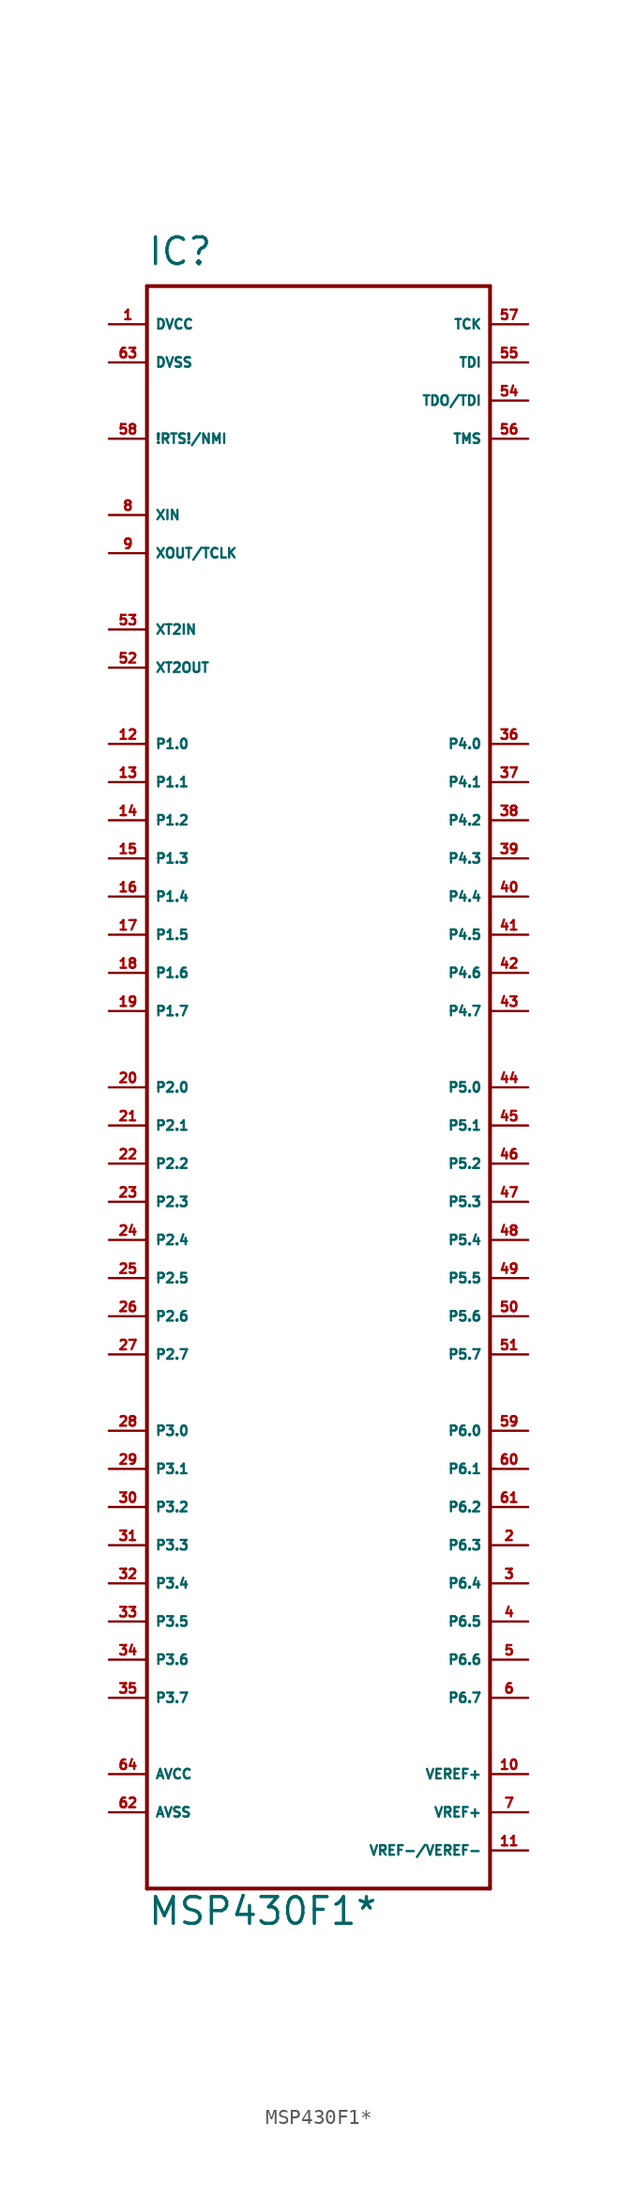
<source format=kicad_sym>
(kicad_symbol_lib
  (version 20220914)
  (generator Eagle2Kicad)
  (symbol "MSP430F1*"
    (property "Reference" "IC"
      (at -12.7 54.61 0)
      (effects (font (size 1.778 1.778) (thickness 0.22)) (justify left bottom)))
    (property "Value" "MSP430F1*"
      (at -12.7 -55.88 0)
      (effects (font (size 1.778 1.778) (thickness 0.22)) (justify left bottom)))
    (polyline
      (pts (xy -12.7 53.34) (xy 10.16 53.34))
      (stroke (width 0.254) (type default))
      (fill (type none)))
    (polyline
      (pts (xy 10.16 53.34) (xy 10.16 -53.34))
      (stroke (width 0.254) (type default))
      (fill (type none)))
    (polyline
      (pts (xy 10.16 -53.34) (xy -12.7 -53.34))
      (stroke (width 0.254) (type default))
      (fill (type none)))
    (polyline
      (pts (xy -12.7 -53.34) (xy -12.7 53.34))
      (stroke (width 0.254) (type default))
      (fill (type none)))
    (pin unspecified line
      (at -15.24 -45.72 0)
      (length 2.54)
      (name "AVCC" (effects (font (size 0.635 0.635) (thickness 0.08)) (justify left bottom)))
      (number "64" (effects (font (size 0.635 0.635) (thickness 0.08)) (justify left bottom))))
    (pin unspecified line
      (at -15.24 -48.26 0)
      (length 2.54)
      (name "AVSS" (effects (font (size 0.635 0.635) (thickness 0.08)) (justify left bottom)))
      (number "62" (effects (font (size 0.635 0.635) (thickness 0.08)) (justify left bottom))))
    (pin unspecified line
      (at -15.24 50.8 0)
      (length 2.54)
      (name "DVCC" (effects (font (size 0.635 0.635) (thickness 0.08)) (justify left bottom)))
      (number "1" (effects (font (size 0.635 0.635) (thickness 0.08)) (justify left bottom))))
    (pin unspecified line
      (at -15.24 48.26 0)
      (length 2.54)
      (name "DVSS" (effects (font (size 0.635 0.635) (thickness 0.08)) (justify left bottom)))
      (number "63" (effects (font (size 0.635 0.635) (thickness 0.08)) (justify left bottom))))
    (pin bidirectional line
      (at -15.24 22.86 0)
      (length 2.54)
      (name "P1.0" (effects (font (size 0.635 0.635) (thickness 0.08)) (justify left bottom)))
      (number "12" (effects (font (size 0.635 0.635) (thickness 0.08)) (justify left bottom))))
    (pin bidirectional line
      (at -15.24 20.32 0)
      (length 2.54)
      (name "P1.1" (effects (font (size 0.635 0.635) (thickness 0.08)) (justify left bottom)))
      (number "13" (effects (font (size 0.635 0.635) (thickness 0.08)) (justify left bottom))))
    (pin bidirectional line
      (at -15.24 17.78 0)
      (length 2.54)
      (name "P1.2" (effects (font (size 0.635 0.635) (thickness 0.08)) (justify left bottom)))
      (number "14" (effects (font (size 0.635 0.635) (thickness 0.08)) (justify left bottom))))
    (pin bidirectional line
      (at -15.24 15.24 0)
      (length 2.54)
      (name "P1.3" (effects (font (size 0.635 0.635) (thickness 0.08)) (justify left bottom)))
      (number "15" (effects (font (size 0.635 0.635) (thickness 0.08)) (justify left bottom))))
    (pin bidirectional line
      (at -15.24 12.7 0)
      (length 2.54)
      (name "P1.4" (effects (font (size 0.635 0.635) (thickness 0.08)) (justify left bottom)))
      (number "16" (effects (font (size 0.635 0.635) (thickness 0.08)) (justify left bottom))))
    (pin bidirectional line
      (at -15.24 10.16 0)
      (length 2.54)
      (name "P1.5" (effects (font (size 0.635 0.635) (thickness 0.08)) (justify left bottom)))
      (number "17" (effects (font (size 0.635 0.635) (thickness 0.08)) (justify left bottom))))
    (pin bidirectional line
      (at -15.24 7.62 0)
      (length 2.54)
      (name "P1.6" (effects (font (size 0.635 0.635) (thickness 0.08)) (justify left bottom)))
      (number "18" (effects (font (size 0.635 0.635) (thickness 0.08)) (justify left bottom))))
    (pin bidirectional line
      (at -15.24 5.08 0)
      (length 2.54)
      (name "P1.7" (effects (font (size 0.635 0.635) (thickness 0.08)) (justify left bottom)))
      (number "19" (effects (font (size 0.635 0.635) (thickness 0.08)) (justify left bottom))))
    (pin bidirectional line
      (at -15.24 0 0)
      (length 2.54)
      (name "P2.0" (effects (font (size 0.635 0.635) (thickness 0.08)) (justify left bottom)))
      (number "20" (effects (font (size 0.635 0.635) (thickness 0.08)) (justify left bottom))))
    (pin bidirectional line
      (at -15.24 -2.54 0)
      (length 2.54)
      (name "P2.1" (effects (font (size 0.635 0.635) (thickness 0.08)) (justify left bottom)))
      (number "21" (effects (font (size 0.635 0.635) (thickness 0.08)) (justify left bottom))))
    (pin bidirectional line
      (at -15.24 -5.08 0)
      (length 2.54)
      (name "P2.2" (effects (font (size 0.635 0.635) (thickness 0.08)) (justify left bottom)))
      (number "22" (effects (font (size 0.635 0.635) (thickness 0.08)) (justify left bottom))))
    (pin bidirectional line
      (at -15.24 -7.62 0)
      (length 2.54)
      (name "P2.3" (effects (font (size 0.635 0.635) (thickness 0.08)) (justify left bottom)))
      (number "23" (effects (font (size 0.635 0.635) (thickness 0.08)) (justify left bottom))))
    (pin bidirectional line
      (at -15.24 -10.16 0)
      (length 2.54)
      (name "P2.4" (effects (font (size 0.635 0.635) (thickness 0.08)) (justify left bottom)))
      (number "24" (effects (font (size 0.635 0.635) (thickness 0.08)) (justify left bottom))))
    (pin bidirectional line
      (at -15.24 -12.7 0)
      (length 2.54)
      (name "P2.5" (effects (font (size 0.635 0.635) (thickness 0.08)) (justify left bottom)))
      (number "25" (effects (font (size 0.635 0.635) (thickness 0.08)) (justify left bottom))))
    (pin bidirectional line
      (at -15.24 -15.24 0)
      (length 2.54)
      (name "P2.6" (effects (font (size 0.635 0.635) (thickness 0.08)) (justify left bottom)))
      (number "26" (effects (font (size 0.635 0.635) (thickness 0.08)) (justify left bottom))))
    (pin bidirectional line
      (at -15.24 -17.78 0)
      (length 2.54)
      (name "P2.7" (effects (font (size 0.635 0.635) (thickness 0.08)) (justify left bottom)))
      (number "27" (effects (font (size 0.635 0.635) (thickness 0.08)) (justify left bottom))))
    (pin bidirectional line
      (at -15.24 -22.86 0)
      (length 2.54)
      (name "P3.0" (effects (font (size 0.635 0.635) (thickness 0.08)) (justify left bottom)))
      (number "28" (effects (font (size 0.635 0.635) (thickness 0.08)) (justify left bottom))))
    (pin bidirectional line
      (at -15.24 -25.4 0)
      (length 2.54)
      (name "P3.1" (effects (font (size 0.635 0.635) (thickness 0.08)) (justify left bottom)))
      (number "29" (effects (font (size 0.635 0.635) (thickness 0.08)) (justify left bottom))))
    (pin bidirectional line
      (at -15.24 -27.94 0)
      (length 2.54)
      (name "P3.2" (effects (font (size 0.635 0.635) (thickness 0.08)) (justify left bottom)))
      (number "30" (effects (font (size 0.635 0.635) (thickness 0.08)) (justify left bottom))))
    (pin bidirectional line
      (at -15.24 -30.48 0)
      (length 2.54)
      (name "P3.3" (effects (font (size 0.635 0.635) (thickness 0.08)) (justify left bottom)))
      (number "31" (effects (font (size 0.635 0.635) (thickness 0.08)) (justify left bottom))))
    (pin bidirectional line
      (at -15.24 -33.02 0)
      (length 2.54)
      (name "P3.4" (effects (font (size 0.635 0.635) (thickness 0.08)) (justify left bottom)))
      (number "32" (effects (font (size 0.635 0.635) (thickness 0.08)) (justify left bottom))))
    (pin bidirectional line
      (at -15.24 -35.56 0)
      (length 2.54)
      (name "P3.5" (effects (font (size 0.635 0.635) (thickness 0.08)) (justify left bottom)))
      (number "33" (effects (font (size 0.635 0.635) (thickness 0.08)) (justify left bottom))))
    (pin bidirectional line
      (at -15.24 -38.1 0)
      (length 2.54)
      (name "P3.6" (effects (font (size 0.635 0.635) (thickness 0.08)) (justify left bottom)))
      (number "34" (effects (font (size 0.635 0.635) (thickness 0.08)) (justify left bottom))))
    (pin bidirectional line
      (at -15.24 -40.64 0)
      (length 2.54)
      (name "P3.7" (effects (font (size 0.635 0.635) (thickness 0.08)) (justify left bottom)))
      (number "35" (effects (font (size 0.635 0.635) (thickness 0.08)) (justify left bottom))))
    (pin bidirectional line
      (at 12.7 22.86 180)
      (length 2.54)
      (name "P4.0" (effects (font (size 0.635 0.635) (thickness 0.08)) (justify left bottom)))
      (number "36" (effects (font (size 0.635 0.635) (thickness 0.08)) (justify left bottom))))
    (pin bidirectional line
      (at 12.7 20.32 180)
      (length 2.54)
      (name "P4.1" (effects (font (size 0.635 0.635) (thickness 0.08)) (justify left bottom)))
      (number "37" (effects (font (size 0.635 0.635) (thickness 0.08)) (justify left bottom))))
    (pin bidirectional line
      (at 12.7 17.78 180)
      (length 2.54)
      (name "P4.2" (effects (font (size 0.635 0.635) (thickness 0.08)) (justify left bottom)))
      (number "38" (effects (font (size 0.635 0.635) (thickness 0.08)) (justify left bottom))))
    (pin bidirectional line
      (at 12.7 15.24 180)
      (length 2.54)
      (name "P4.3" (effects (font (size 0.635 0.635) (thickness 0.08)) (justify left bottom)))
      (number "39" (effects (font (size 0.635 0.635) (thickness 0.08)) (justify left bottom))))
    (pin bidirectional line
      (at 12.7 12.7 180)
      (length 2.54)
      (name "P4.4" (effects (font (size 0.635 0.635) (thickness 0.08)) (justify left bottom)))
      (number "40" (effects (font (size 0.635 0.635) (thickness 0.08)) (justify left bottom))))
    (pin bidirectional line
      (at 12.7 10.16 180)
      (length 2.54)
      (name "P4.5" (effects (font (size 0.635 0.635) (thickness 0.08)) (justify left bottom)))
      (number "41" (effects (font (size 0.635 0.635) (thickness 0.08)) (justify left bottom))))
    (pin bidirectional line
      (at 12.7 7.62 180)
      (length 2.54)
      (name "P4.6" (effects (font (size 0.635 0.635) (thickness 0.08)) (justify left bottom)))
      (number "42" (effects (font (size 0.635 0.635) (thickness 0.08)) (justify left bottom))))
    (pin bidirectional line
      (at 12.7 5.08 180)
      (length 2.54)
      (name "P4.7" (effects (font (size 0.635 0.635) (thickness 0.08)) (justify left bottom)))
      (number "43" (effects (font (size 0.635 0.635) (thickness 0.08)) (justify left bottom))))
    (pin bidirectional line
      (at 12.7 0 180)
      (length 2.54)
      (name "P5.0" (effects (font (size 0.635 0.635) (thickness 0.08)) (justify left bottom)))
      (number "44" (effects (font (size 0.635 0.635) (thickness 0.08)) (justify left bottom))))
    (pin bidirectional line
      (at 12.7 -2.54 180)
      (length 2.54)
      (name "P5.1" (effects (font (size 0.635 0.635) (thickness 0.08)) (justify left bottom)))
      (number "45" (effects (font (size 0.635 0.635) (thickness 0.08)) (justify left bottom))))
    (pin bidirectional line
      (at 12.7 -5.08 180)
      (length 2.54)
      (name "P5.2" (effects (font (size 0.635 0.635) (thickness 0.08)) (justify left bottom)))
      (number "46" (effects (font (size 0.635 0.635) (thickness 0.08)) (justify left bottom))))
    (pin bidirectional line
      (at 12.7 -7.62 180)
      (length 2.54)
      (name "P5.3" (effects (font (size 0.635 0.635) (thickness 0.08)) (justify left bottom)))
      (number "47" (effects (font (size 0.635 0.635) (thickness 0.08)) (justify left bottom))))
    (pin bidirectional line
      (at 12.7 -10.16 180)
      (length 2.54)
      (name "P5.4" (effects (font (size 0.635 0.635) (thickness 0.08)) (justify left bottom)))
      (number "48" (effects (font (size 0.635 0.635) (thickness 0.08)) (justify left bottom))))
    (pin bidirectional line
      (at 12.7 -12.7 180)
      (length 2.54)
      (name "P5.5" (effects (font (size 0.635 0.635) (thickness 0.08)) (justify left bottom)))
      (number "49" (effects (font (size 0.635 0.635) (thickness 0.08)) (justify left bottom))))
    (pin bidirectional line
      (at 12.7 -15.24 180)
      (length 2.54)
      (name "P5.6" (effects (font (size 0.635 0.635) (thickness 0.08)) (justify left bottom)))
      (number "50" (effects (font (size 0.635 0.635) (thickness 0.08)) (justify left bottom))))
    (pin bidirectional line
      (at 12.7 -17.78 180)
      (length 2.54)
      (name "P5.7" (effects (font (size 0.635 0.635) (thickness 0.08)) (justify left bottom)))
      (number "51" (effects (font (size 0.635 0.635) (thickness 0.08)) (justify left bottom))))
    (pin bidirectional line
      (at 12.7 -22.86 180)
      (length 2.54)
      (name "P6.0" (effects (font (size 0.635 0.635) (thickness 0.08)) (justify left bottom)))
      (number "59" (effects (font (size 0.635 0.635) (thickness 0.08)) (justify left bottom))))
    (pin bidirectional line
      (at 12.7 -25.4 180)
      (length 2.54)
      (name "P6.1" (effects (font (size 0.635 0.635) (thickness 0.08)) (justify left bottom)))
      (number "60" (effects (font (size 0.635 0.635) (thickness 0.08)) (justify left bottom))))
    (pin bidirectional line
      (at 12.7 -27.94 180)
      (length 2.54)
      (name "P6.2" (effects (font (size 0.635 0.635) (thickness 0.08)) (justify left bottom)))
      (number "61" (effects (font (size 0.635 0.635) (thickness 0.08)) (justify left bottom))))
    (pin bidirectional line
      (at 12.7 -30.48 180)
      (length 2.54)
      (name "P6.3" (effects (font (size 0.635 0.635) (thickness 0.08)) (justify left bottom)))
      (number "2" (effects (font (size 0.635 0.635) (thickness 0.08)) (justify left bottom))))
    (pin bidirectional line
      (at 12.7 -33.02 180)
      (length 2.54)
      (name "P6.4" (effects (font (size 0.635 0.635) (thickness 0.08)) (justify left bottom)))
      (number "3" (effects (font (size 0.635 0.635) (thickness 0.08)) (justify left bottom))))
    (pin bidirectional line
      (at 12.7 -35.56 180)
      (length 2.54)
      (name "P6.5" (effects (font (size 0.635 0.635) (thickness 0.08)) (justify left bottom)))
      (number "4" (effects (font (size 0.635 0.635) (thickness 0.08)) (justify left bottom))))
    (pin bidirectional line
      (at 12.7 -38.1 180)
      (length 2.54)
      (name "P6.6" (effects (font (size 0.635 0.635) (thickness 0.08)) (justify left bottom)))
      (number "5" (effects (font (size 0.635 0.635) (thickness 0.08)) (justify left bottom))))
    (pin bidirectional line
      (at 12.7 -40.64 180)
      (length 2.54)
      (name "P6.7" (effects (font (size 0.635 0.635) (thickness 0.08)) (justify left bottom)))
      (number "6" (effects (font (size 0.635 0.635) (thickness 0.08)) (justify left bottom))))
    (pin input line
      (at -15.24 43.18 0)
      (length 2.54)
      (name "!RTS!/NMI" (effects (font (size 0.635 0.635) (thickness 0.08)) (justify left bottom)))
      (number "58" (effects (font (size 0.635 0.635) (thickness 0.08)) (justify left bottom))))
    (pin input line
      (at 12.7 50.8 180)
      (length 2.54)
      (name "TCK" (effects (font (size 0.635 0.635) (thickness 0.08)) (justify left bottom)))
      (number "57" (effects (font (size 0.635 0.635) (thickness 0.08)) (justify left bottom))))
    (pin input line
      (at 12.7 48.26 180)
      (length 2.54)
      (name "TDI" (effects (font (size 0.635 0.635) (thickness 0.08)) (justify left bottom)))
      (number "55" (effects (font (size 0.635 0.635) (thickness 0.08)) (justify left bottom))))
    (pin bidirectional line
      (at 12.7 45.72 180)
      (length 2.54)
      (name "TDO/TDI" (effects (font (size 0.635 0.635) (thickness 0.08)) (justify left bottom)))
      (number "54" (effects (font (size 0.635 0.635) (thickness 0.08)) (justify left bottom))))
    (pin input line
      (at 12.7 43.18 180)
      (length 2.54)
      (name "TMS" (effects (font (size 0.635 0.635) (thickness 0.08)) (justify left bottom)))
      (number "56" (effects (font (size 0.635 0.635) (thickness 0.08)) (justify left bottom))))
    (pin input line
      (at 12.7 -45.72 180)
      (length 2.54)
      (name "VEREF+" (effects (font (size 0.635 0.635) (thickness 0.08)) (justify left bottom)))
      (number "10" (effects (font (size 0.635 0.635) (thickness 0.08)) (justify left bottom))))
    (pin output line
      (at 12.7 -48.26 180)
      (length 2.54)
      (name "VREF+" (effects (font (size 0.635 0.635) (thickness 0.08)) (justify left bottom)))
      (number "7" (effects (font (size 0.635 0.635) (thickness 0.08)) (justify left bottom))))
    (pin bidirectional line
      (at 12.7 -50.8 180)
      (length 2.54)
      (name "VREF-/VEREF-" (effects (font (size 0.635 0.635) (thickness 0.08)) (justify left bottom)))
      (number "11" (effects (font (size 0.635 0.635) (thickness 0.08)) (justify left bottom))))
    (pin input line
      (at -15.24 38.1 0)
      (length 2.54)
      (name "XIN" (effects (font (size 0.635 0.635) (thickness 0.08)) (justify left bottom)))
      (number "8" (effects (font (size 0.635 0.635) (thickness 0.08)) (justify left bottom))))
    (pin bidirectional line
      (at -15.24 35.56 0)
      (length 2.54)
      (name "XOUT/TCLK" (effects (font (size 0.635 0.635) (thickness 0.08)) (justify left bottom)))
      (number "9" (effects (font (size 0.635 0.635) (thickness 0.08)) (justify left bottom))))
    (pin input line
      (at -15.24 30.48 0)
      (length 2.54)
      (name "XT2IN" (effects (font (size 0.635 0.635) (thickness 0.08)) (justify left bottom)))
      (number "53" (effects (font (size 0.635 0.635) (thickness 0.08)) (justify left bottom))))
    (pin output line
      (at -15.24 27.94 0)
      (length 2.54)
      (name "XT2OUT" (effects (font (size 0.635 0.635) (thickness 0.08)) (justify left bottom)))
      (number "52" (effects (font (size 0.635 0.635) (thickness 0.08)) (justify left bottom))))))
</source>
